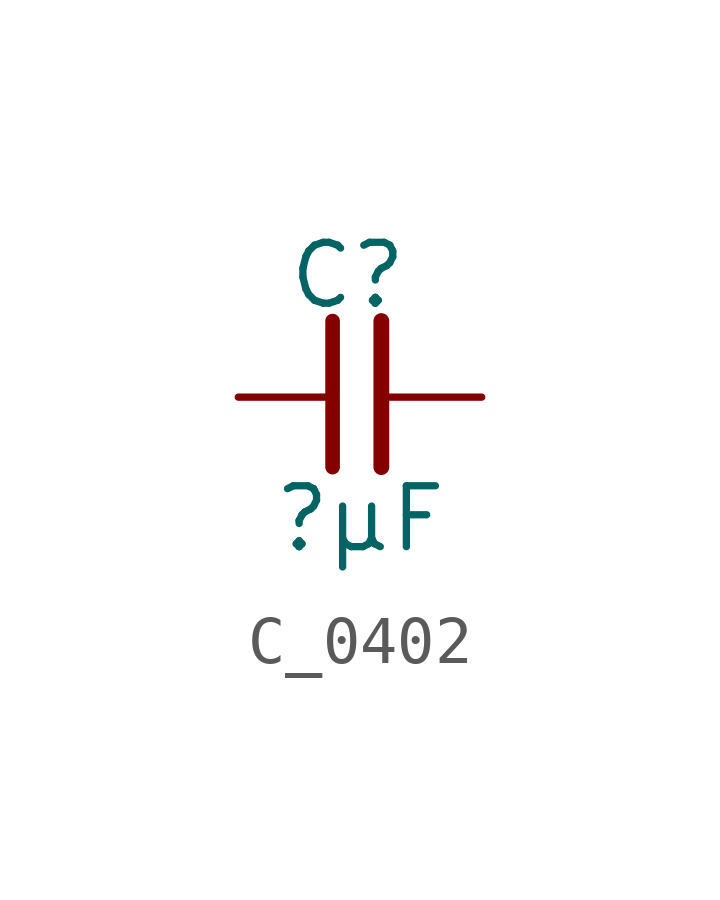
<source format=kicad_sym>
(kicad_symbol_lib
  (version 20220914)
  (generator kicad_symbol_editor)
  (symbol "C_0402"
    (pin_numbers hide)
    (pin_names
      (offset 0.254) hide)
    (property "Reference" "C"
      (at 2.286 2.54 0)
      (effects (font (size 1.27 1.27))))
    (property "Value" "?μF"
      (at 2.54 -2.54 0)
      (effects (font (size 1.27 1.27))))
    (symbol "C_0402_0_1"
      (polyline (pts (xy 1.968 -1.46) (xy 1.968 1.587)) (stroke (width 0.305) (type default)) (fill (type none)))
      (polyline (pts (xy 2.985 -1.46) (xy 2.985 1.587)) (stroke (width 0.33) (type default)) (fill (type none))))
    (symbol "C_0402_1_1"
      (pin passive line (at 0 0 0) (length 2.032) (name "~" (effects (font (size 1.27 1.27)))) (number "1" (effects (font (size 1.27 1.27)))))
      (pin passive line (at 5.08 0 180) (length 2.032) (name "~" (effects (font (size 1.27 1.27)))) (number "2" (effects (font (size 1.27 1.27))))))))
</source>
